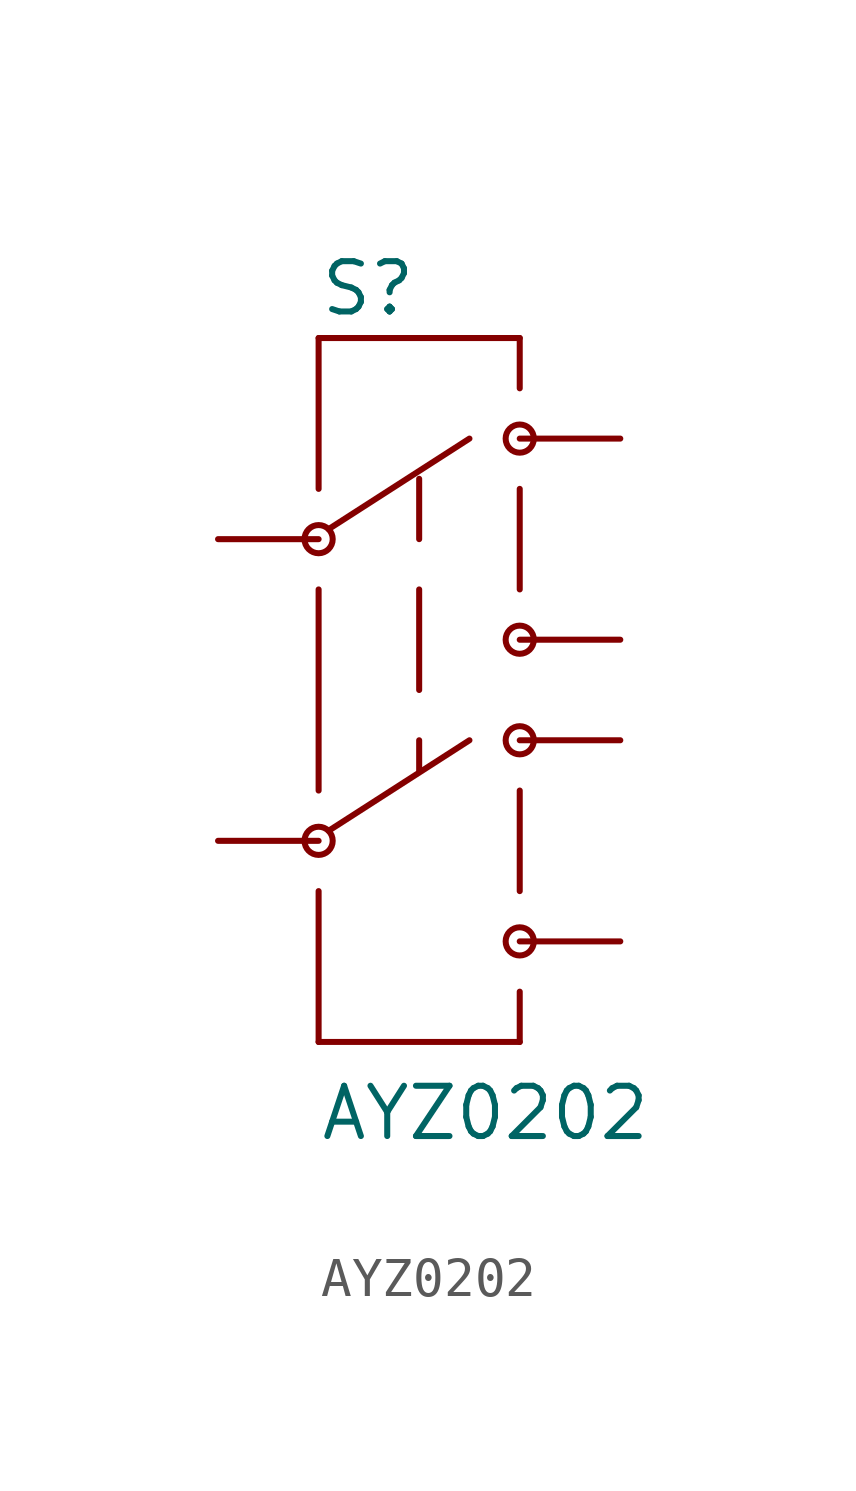
<source format=kicad_sym>
(kicad_symbol_lib
  (version 20220914)
  (generator kicad_symbol_editor)
  (symbol "AYZ0202"
    (pin_numbers hide)
    (pin_names
      (offset 1.016) hide)
    (property "Reference" "S"
      (at -2.54 8.128 0)
      (effects (font (size 1.27 1.27)) (justify left bottom)))
    (property "Value" "AYZ0202"
      (at -2.54 -12.7 0)
      (effects (font (size 1.27 1.27)) (justify left bottom)))
    (property "ki_locked" ""
      (at 0 0 0)
      (effects (font (size 1.27 1.27))))
    (symbol "AYZ0202_1_0"
      (polyline (pts (xy -2.54 -10.16) (xy 2.54 -10.16)) (stroke (width 0) (type solid)) (fill (type none)))
      (polyline (pts (xy -2.54 -6.35) (xy -2.54 -10.16)) (stroke (width 0) (type solid)) (fill (type none)))
      (polyline (pts (xy -2.54 1.27) (xy -2.54 -3.81)) (stroke (width 0) (type solid)) (fill (type none)))
      (polyline (pts (xy -2.54 7.62) (xy -2.54 3.81)) (stroke (width 0) (type solid)) (fill (type none)))
      (polyline (pts (xy -2.286 -4.826) (xy 1.27 -2.54)) (stroke (width 0) (type solid)) (fill (type none)))
      (polyline (pts (xy 0 -2.54) (xy 0 -3.302)) (stroke (width 0) (type solid)) (fill (type none)))
      (polyline (pts (xy 0 1.27) (xy 0 -1.27)) (stroke (width 0) (type solid)) (fill (type none)))
      (polyline (pts (xy 0 4.064) (xy 0 2.54)) (stroke (width 0) (type solid)) (fill (type none)))
      (polyline (pts (xy 1.27 5.08) (xy -2.286 2.794)) (stroke (width 0) (type solid)) (fill (type none)))
      (polyline (pts (xy 2.54 -10.16) (xy 2.54 -8.89)) (stroke (width 0) (type solid)) (fill (type none)))
      (polyline (pts (xy 2.54 -6.35) (xy 2.54 -3.81)) (stroke (width 0) (type solid)) (fill (type none)))
      (polyline (pts (xy 2.54 3.81) (xy 2.54 1.27)) (stroke (width 0) (type solid)) (fill (type none)))
      (polyline (pts (xy 2.54 6.35) (xy 2.54 7.62)) (stroke (width 0) (type solid)) (fill (type none)))
      (polyline (pts (xy 2.54 7.62) (xy -2.54 7.62)) (stroke (width 0) (type solid)) (fill (type none))))
    (symbol "AYZ0202_1_1"
      (circle (center -2.54 -5.08) (radius 0.356) (stroke (width 0) (type solid)) (fill (type none)))
      (circle (center -2.54 2.54) (radius 0.356) (stroke (width 0) (type solid)) (fill (type none)))
      (circle (center 2.54 -7.62) (radius 0.356) (stroke (width 0) (type solid)) (fill (type none)))
      (circle (center 2.54 -2.54) (radius 0.356) (stroke (width 0) (type solid)) (fill (type none)))
      (circle (center 2.54 0) (radius 0.356) (stroke (width 0) (type solid)) (fill (type none)))
      (circle (center 2.54 5.08) (radius 0.356) (stroke (width 0) (type solid)) (fill (type none)))
      (pin bidirectional line (at 5.08 0 180) (length 2.54) (name "3" (effects (font (size 1.016 1.016)))) (number "1" (effects (font (size 1.016 1.016)))))
      (pin bidirectional line (at -5.08 2.54 0) (length 2.54) (name "2" (effects (font (size 1.016 1.016)))) (number "2" (effects (font (size 1.016 1.016)))))
      (pin bidirectional line (at 5.08 5.08 180) (length 2.54) (name "1" (effects (font (size 1.016 1.016)))) (number "3" (effects (font (size 1.016 1.016)))))
      (pin bidirectional line (at 5.08 -7.62 180) (length 2.54) (name "6" (effects (font (size 1.016 1.016)))) (number "4" (effects (font (size 1.016 1.016)))))
      (pin bidirectional line (at -5.08 -5.08 0) (length 2.54) (name "5" (effects (font (size 1.016 1.016)))) (number "5" (effects (font (size 1.016 1.016)))))
      (pin bidirectional line (at 5.08 -2.54 180) (length 2.54) (name "4" (effects (font (size 1.016 1.016)))) (number "6" (effects (font (size 1.016 1.016))))))))
</source>
